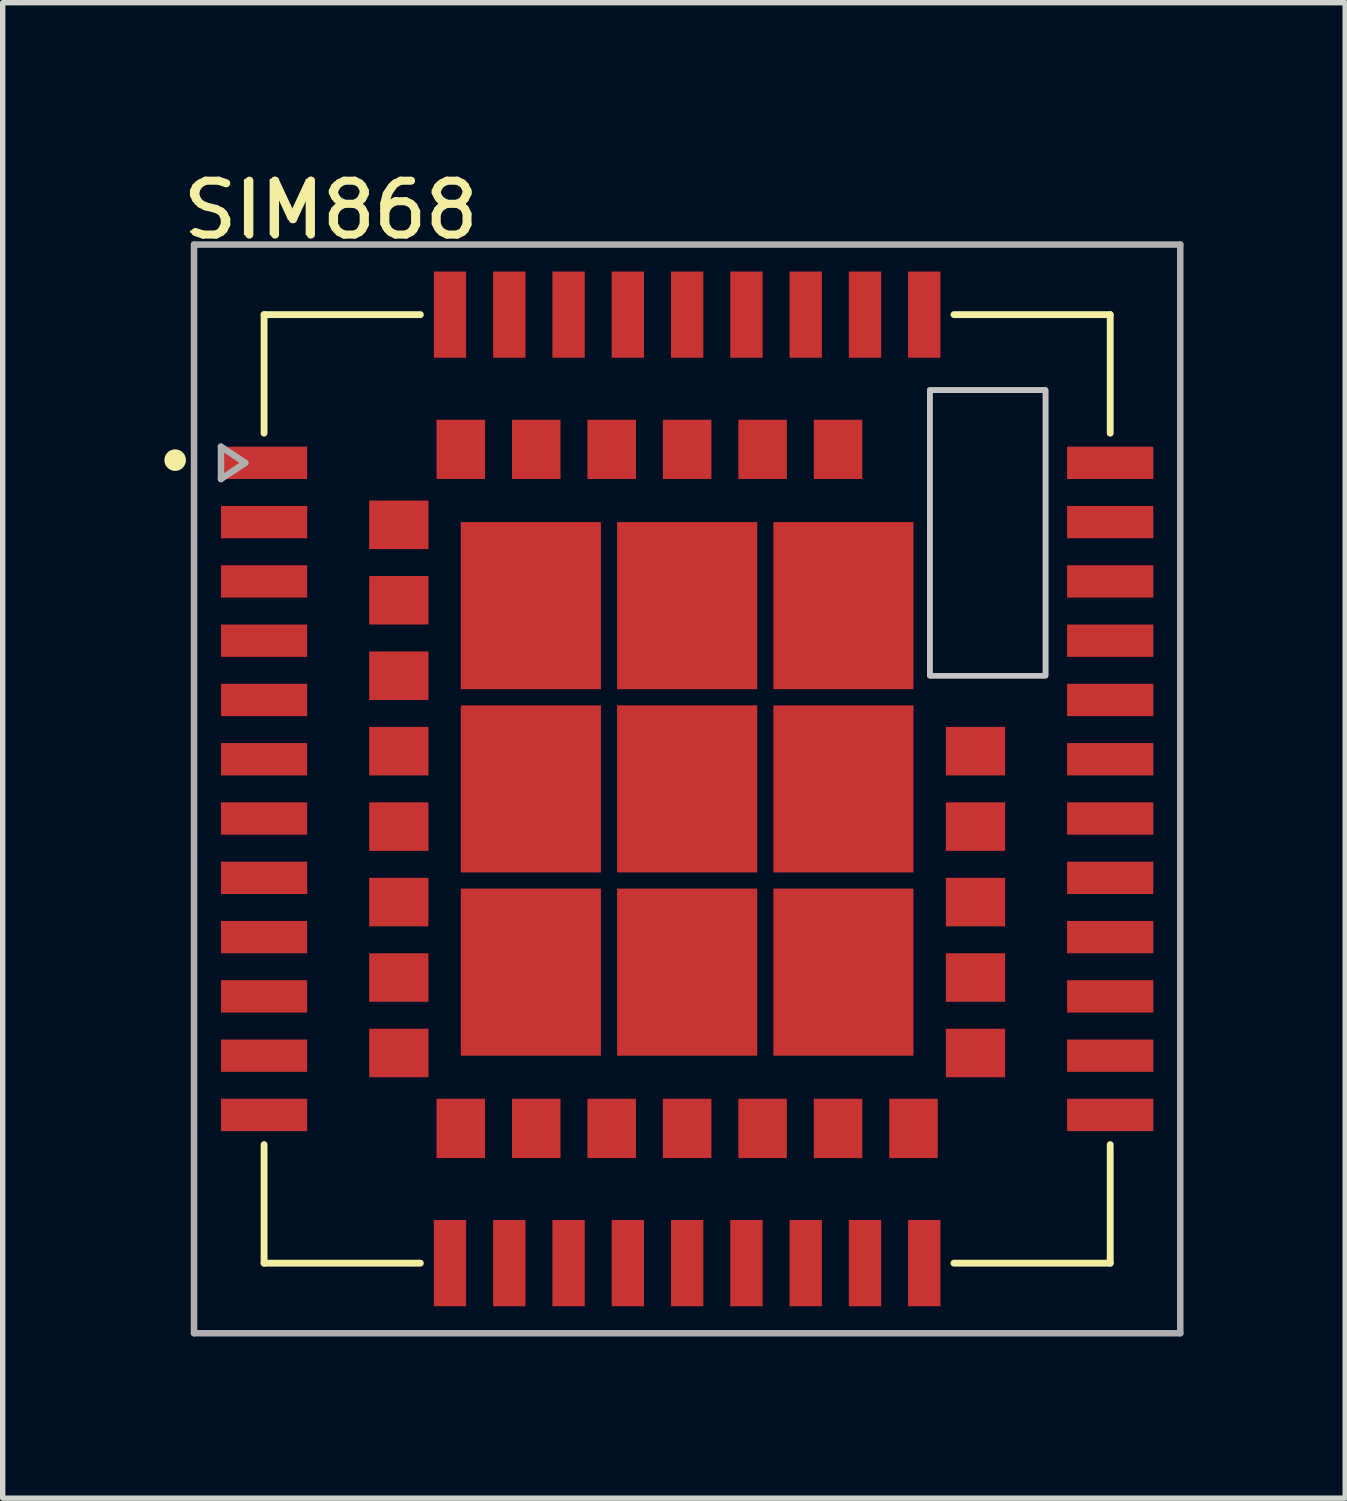
<source format=kicad_pcb>
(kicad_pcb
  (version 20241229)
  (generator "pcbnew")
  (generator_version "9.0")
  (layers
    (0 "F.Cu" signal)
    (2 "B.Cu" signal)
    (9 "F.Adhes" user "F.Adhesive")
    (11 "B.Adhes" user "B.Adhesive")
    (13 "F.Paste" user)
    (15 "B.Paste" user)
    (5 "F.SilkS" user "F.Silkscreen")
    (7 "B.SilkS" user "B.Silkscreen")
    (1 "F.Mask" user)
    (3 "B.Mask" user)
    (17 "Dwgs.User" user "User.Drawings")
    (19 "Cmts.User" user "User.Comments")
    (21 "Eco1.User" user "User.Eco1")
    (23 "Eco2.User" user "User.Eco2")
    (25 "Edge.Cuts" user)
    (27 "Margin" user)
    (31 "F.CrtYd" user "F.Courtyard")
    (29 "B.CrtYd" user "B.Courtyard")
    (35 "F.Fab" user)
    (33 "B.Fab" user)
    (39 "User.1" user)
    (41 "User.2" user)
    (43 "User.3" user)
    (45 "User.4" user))
  (footprint "SIM868"
    (layer "F.Cu")
    (at 9.7 11.588)
    (property "Reference" "SIM868" (at -6.672 -10.754 0) (layer "F.SilkS") (effects (font (size 1.002 1.002) (thickness 0.05))))
    (attr smd)
    (fp_line (start -7.85 -8.8) (end -4.95 -8.8) (stroke (width 0.127) (type solid)) (layer "F.SilkS"))
    (fp_line (start -7.85 -6.6) (end -7.85 -8.8) (stroke (width 0.127) (type solid)) (layer "F.SilkS"))
    (fp_line (start -7.85 6.6) (end -7.85 8.8) (stroke (width 0.127) (type solid)) (layer "F.SilkS"))
    (fp_line (start -7.85 8.8) (end -4.95 8.8) (stroke (width 0.127) (type solid)) (layer "F.SilkS"))
    (fp_line (start 4.95 -8.8) (end 7.85 -8.8) (stroke (width 0.127) (type solid)) (layer "F.SilkS"))
    (fp_line (start 4.95 8.8) (end 7.85 8.8) (stroke (width 0.127) (type solid)) (layer "F.SilkS"))
    (fp_line (start 7.85 -8.8) (end 7.85 -6.6) (stroke (width 0.127) (type solid)) (layer "F.SilkS"))
    (fp_line (start 7.85 8.8) (end 7.85 6.6) (stroke (width 0.127) (type solid)) (layer "F.SilkS"))
    (fp_circle (center -9.5 -6.1) (end -9.4 -6.1) (stroke (width 0.2) (type solid)) (fill no) (layer "F.SilkS"))
    (fp_poly (pts (xy -5.84 5.26) (xy -5.84 4.95) (xy -5.4 4.95) (xy -5.4 5.26)) (stroke (width 0) (type solid)) (fill yes) (layer "F.Paste"))
    (fp_poly (pts (xy -5.835 -0.745) (xy -5.835 -1.056) (xy -5.406 -1.056) (xy -5.406 -0.745)) (stroke (width 0) (type solid)) (fill yes) (layer "F.Paste"))
    (fp_poly (pts (xy -5.834 -0.346) (xy -5.834 -0.654) (xy -5.404 -0.654) (xy -5.404 -0.346)) (stroke (width 0) (type solid)) (fill yes) (layer "F.Paste"))
    (fp_poly (pts (xy -5.834 1.054) (xy -5.834 0.747) (xy -5.403 0.747) (xy -5.403 1.054)) (stroke (width 0) (type solid)) (fill yes) (layer "F.Paste"))
    (fp_poly (pts (xy -5.833 4.853) (xy -5.833 4.55) (xy -5.4 4.55) (xy -5.4 4.853)) (stroke (width 0) (type solid)) (fill yes) (layer "F.Paste"))
    (fp_poly (pts (xy -5.833 2.053) (xy -5.833 1.749) (xy -5.401 1.749) (xy -5.401 2.053)) (stroke (width 0) (type solid)) (fill yes) (layer "F.Paste"))
    (fp_poly (pts (xy -5.832 3.852) (xy -5.832 3.55) (xy -5.4 3.55) (xy -5.4 3.852)) (stroke (width 0) (type solid)) (fill yes) (layer "F.Paste"))
    (fp_poly (pts (xy -5.832 -2.148) (xy -5.832 -2.454) (xy -5.404 -2.454) (xy -5.404 -2.148)) (stroke (width 0) (type solid)) (fill yes) (layer "F.Paste"))
    (fp_poly (pts (xy -5.832 3.452) (xy -5.832 3.15) (xy -5.4 3.15) (xy -5.4 3.452)) (stroke (width 0) (type solid)) (fill yes) (layer "F.Paste"))
    (fp_poly (pts (xy -5.832 -3.148) (xy -5.832 -3.455) (xy -5.405 -3.455) (xy -5.405 -3.148)) (stroke (width 0) (type solid)) (fill yes) (layer "F.Paste"))
    (fp_poly (pts (xy -5.831 2.451) (xy -5.831 2.15) (xy -5.4 2.15) (xy -5.4 2.451)) (stroke (width 0) (type solid)) (fill yes) (layer "F.Paste"))
    (fp_poly (pts (xy -5.831 -4.549) (xy -5.831 -4.855) (xy -5.405 -4.855) (xy -5.405 -4.549)) (stroke (width 0) (type solid)) (fill yes) (layer "F.Paste"))
    (fp_poly (pts (xy -5.831 0.651) (xy -5.831 0.35) (xy -5.4 0.35) (xy -5.4 0.651)) (stroke (width 0) (type solid)) (fill yes) (layer "F.Paste"))
    (fp_poly (pts (xy -5.83 -1.75) (xy -5.83 -2.051) (xy -5.401 -2.051) (xy -5.401 -1.75)) (stroke (width 0) (type solid)) (fill yes) (layer "F.Paste"))
    (fp_poly (pts (xy -5.83 -4.95) (xy -5.83 -5.252) (xy -5.402 -5.252) (xy -5.402 -4.95)) (stroke (width 0) (type solid)) (fill yes) (layer "F.Paste"))
    (fp_poly (pts (xy -5.83 -3.55) (xy -5.83 -3.85) (xy -5.4 -3.85) (xy -5.4 -3.55)) (stroke (width 0) (type solid)) (fill yes) (layer "F.Paste"))
    (fp_poly (pts (xy -5.308 3.458) (xy -5.308 3.148) (xy -4.872 3.148) (xy -4.872 3.458)) (stroke (width 0) (type solid)) (fill yes) (layer "F.Paste"))
    (fp_poly (pts (xy -5.307 2.057) (xy -5.307 1.747) (xy -4.873 1.747) (xy -4.873 2.057)) (stroke (width 0) (type solid)) (fill yes) (layer "F.Paste"))
    (fp_poly (pts (xy -5.307 3.857) (xy -5.307 3.549) (xy -4.871 3.549) (xy -4.871 3.857)) (stroke (width 0) (type solid)) (fill yes) (layer "F.Paste"))
    (fp_poly (pts (xy -5.305 2.455) (xy -5.305 2.148) (xy -4.872 2.148) (xy -4.872 2.455)) (stroke (width 0) (type solid)) (fill yes) (layer "F.Paste"))
    (fp_poly (pts (xy -5.304 -0.746) (xy -5.304 -1.056) (xy -4.876 -1.056) (xy -4.876 -0.746)) (stroke (width 0) (type solid)) (fill yes) (layer "F.Paste"))
    (fp_poly (pts (xy -5.304 5.254) (xy -5.304 4.95) (xy -4.87 4.95) (xy -4.87 5.254)) (stroke (width 0) (type solid)) (fill yes) (layer "F.Paste"))
    (fp_poly (pts (xy -5.304 0.654) (xy -5.304 0.347) (xy -4.873 0.347) (xy -4.873 0.654)) (stroke (width 0) (type solid)) (fill yes) (layer "F.Paste"))
    (fp_poly (pts (xy -5.302 -2.148) (xy -5.302 -2.456) (xy -4.876 -2.456) (xy -4.876 -2.148)) (stroke (width 0) (type solid)) (fill yes) (layer "F.Paste"))
    (fp_poly (pts (xy -5.302 -1.748) (xy -5.302 -2.055) (xy -4.875 -2.055) (xy -4.875 -1.748)) (stroke (width 0) (type solid)) (fill yes) (layer "F.Paste"))
    (fp_poly (pts (xy -5.302 1.052) (xy -5.302 0.749) (xy -4.871 0.749) (xy -4.871 1.052)) (stroke (width 0) (type solid)) (fill yes) (layer "F.Paste"))
    (fp_poly (pts (xy -5.302 -3.548) (xy -5.302 -3.858) (xy -4.878 -3.858) (xy -4.878 -3.548)) (stroke (width 0) (type solid)) (fill yes) (layer "F.Paste"))
    (fp_poly (pts (xy -5.302 -0.348) (xy -5.302 -0.652) (xy -4.872 -0.652) (xy -4.872 -0.348)) (stroke (width 0) (type solid)) (fill yes) (layer "F.Paste"))
    (fp_poly (pts (xy -5.301 4.851) (xy -5.301 4.55) (xy -4.87 4.55) (xy -4.87 4.851)) (stroke (width 0) (type solid)) (fill yes) (layer "F.Paste"))
    (fp_poly (pts (xy -5.301 -4.549) (xy -5.301 -4.86) (xy -4.88 -4.86) (xy -4.88 -4.549)) (stroke (width 0) (type solid)) (fill yes) (layer "F.Paste"))
    (fp_poly (pts (xy -5.3 -3.15) (xy -5.3 -3.451) (xy -4.871 -3.451) (xy -4.871 -3.15)) (stroke (width 0) (type solid)) (fill yes) (layer "F.Paste"))
    (fp_poly (pts (xy -5.3 -4.95) (xy -5.3 -5.251) (xy -4.871 -5.251) (xy -4.871 -4.95)) (stroke (width 0) (type solid)) (fill yes) (layer "F.Paste"))
    (fp_poly (pts (xy -4.557 5.82) (xy -4.25 5.82) (xy -4.25 6.259) (xy -4.557 6.259)) (stroke (width 0) (type solid)) (fill yes) (layer "F.Paste"))
    (fp_poly (pts (xy -4.555 6.35) (xy -4.25 6.35) (xy -4.25 6.787) (xy -4.555 6.787)) (stroke (width 0) (type solid)) (fill yes) (layer "F.Paste"))
    (fp_poly (pts (xy -4.554 -6.25) (xy -4.25 -6.25) (xy -4.25 -5.825) (xy -4.554 -5.825)) (stroke (width 0) (type solid)) (fill yes) (layer "F.Paste"))
    (fp_poly (pts (xy -4.551 -6.78) (xy -4.25 -6.78) (xy -4.25 -6.351) (xy -4.551 -6.351)) (stroke (width 0) (type solid)) (fill yes) (layer "F.Paste"))
    (fp_poly (pts (xy -4.154 -6.78) (xy -3.85 -6.78) (xy -3.85 -6.357) (xy -4.154 -6.357)) (stroke (width 0) (type solid)) (fill yes) (layer "F.Paste"))
    (fp_poly (pts (xy -4.153 5.82) (xy -3.85 5.82) (xy -3.85 6.254) (xy -4.153 6.254)) (stroke (width 0) (type solid)) (fill yes) (layer "F.Paste"))
    (fp_poly (pts (xy -4.151 -6.25) (xy -3.85 -6.25) (xy -3.85 -5.822) (xy -4.151 -5.822)) (stroke (width 0) (type solid)) (fill yes) (layer "F.Paste"))
    (fp_poly (pts (xy -4.151 6.35) (xy -3.85 6.35) (xy -3.85 6.781) (xy -4.151 6.781)) (stroke (width 0) (type solid)) (fill yes) (layer "F.Paste"))
    (fp_poly (pts (xy -3.907 3.7) (xy -3.2 3.7) (xy -3.2 4.658) (xy -3.907 4.658)) (stroke (width 0) (type solid)) (fill yes) (layer "F.Paste"))
    (fp_poly (pts (xy -3.906 -4.65) (xy -3.2 -4.65) (xy -3.2 -3.706) (xy -3.906 -3.706)) (stroke (width 0) (type solid)) (fill yes) (layer "F.Paste"))
    (fp_poly (pts (xy -3.906 0.3) (xy -3.2 0.3) (xy -3.2 1.252) (xy -3.906 1.252)) (stroke (width 0) (type solid)) (fill yes) (layer "F.Paste"))
    (fp_poly (pts (xy -3.905 -3.1) (xy -3.2 -3.1) (xy -3.2 -2.153) (xy -3.905 -2.153)) (stroke (width 0) (type solid)) (fill yes) (layer "F.Paste"))
    (fp_poly (pts (xy -3.905 -1.25) (xy -3.2 -1.25) (xy -3.2 -0.3) (xy -3.905 -0.3)) (stroke (width 0) (type solid)) (fill yes) (layer "F.Paste"))
    (fp_poly (pts (xy -3.902 2.15) (xy -3.2 2.15) (xy -3.2 3.101) (xy -3.902 3.101)) (stroke (width 0) (type solid)) (fill yes) (layer "F.Paste"))
    (fp_poly (pts (xy -3.156 -6.78) (xy -2.85 -6.78) (xy -2.85 -6.361) (xy -3.156 -6.361)) (stroke (width 0) (type solid)) (fill yes) (layer "F.Paste"))
    (fp_poly (pts (xy -3.154 -6.25) (xy -2.85 -6.25) (xy -2.85 -5.828) (xy -3.154 -5.828)) (stroke (width 0) (type solid)) (fill yes) (layer "F.Paste"))
    (fp_poly (pts (xy -3.152 6.35) (xy -2.85 6.35) (xy -2.85 6.785) (xy -3.152 6.785)) (stroke (width 0) (type solid)) (fill yes) (layer "F.Paste"))
    (fp_poly (pts (xy -3.151 5.82) (xy -2.85 5.82) (xy -2.85 6.253) (xy -3.151 6.253)) (stroke (width 0) (type solid)) (fill yes) (layer "F.Paste"))
    (fp_poly (pts (xy -2.754 5.82) (xy -2.45 5.82) (xy -2.45 6.258) (xy -2.754 6.258)) (stroke (width 0) (type solid)) (fill yes) (layer "F.Paste"))
    (fp_poly (pts (xy -2.754 6.35) (xy -2.45 6.35) (xy -2.45 6.789) (xy -2.754 6.789)) (stroke (width 0) (type solid)) (fill yes) (layer "F.Paste"))
    (fp_poly (pts (xy -2.753 -6.25) (xy -2.45 -6.25) (xy -2.45 -5.826) (xy -2.753 -5.826)) (stroke (width 0) (type solid)) (fill yes) (layer "F.Paste"))
    (fp_poly (pts (xy -2.75 -6.78) (xy -2.45 -6.78) (xy -2.45 -6.351) (xy -2.75 -6.351)) (stroke (width 0) (type solid)) (fill yes) (layer "F.Paste"))
    (fp_poly (pts (xy -2.605 -4.65) (xy -1.9 -4.65) (xy -1.9 -3.707) (xy -2.605 -3.707)) (stroke (width 0) (type solid)) (fill yes) (layer "F.Paste"))
    (fp_poly (pts (xy -2.604 0.3) (xy -1.9 0.3) (xy -1.9 1.252) (xy -2.604 1.252)) (stroke (width 0) (type solid)) (fill yes) (layer "F.Paste"))
    (fp_poly (pts (xy -2.603 -3.1) (xy -1.9 -3.1) (xy -1.9 -2.153) (xy -2.603 -2.153)) (stroke (width 0) (type solid)) (fill yes) (layer "F.Paste"))
    (fp_poly (pts (xy -2.602 3.7) (xy -1.9 3.7) (xy -1.9 4.654) (xy -2.602 4.654)) (stroke (width 0) (type solid)) (fill yes) (layer "F.Paste"))
    (fp_poly (pts (xy -2.602 -1.25) (xy -1.9 -1.25) (xy -1.9 -0.3) (xy -2.602 -0.3)) (stroke (width 0) (type solid)) (fill yes) (layer "F.Paste"))
    (fp_poly (pts (xy -2.601 2.15) (xy -1.9 2.15) (xy -1.9 3.101) (xy -2.601 3.101)) (stroke (width 0) (type solid)) (fill yes) (layer "F.Paste"))
    (fp_poly (pts (xy -1.753 5.82) (xy -1.45 5.82) (xy -1.45 6.259) (xy -1.753 6.259)) (stroke (width 0) (type solid)) (fill yes) (layer "F.Paste"))
    (fp_poly (pts (xy -1.752 6.35) (xy -1.45 6.35) (xy -1.45 6.789) (xy -1.752 6.789)) (stroke (width 0) (type solid)) (fill yes) (layer "F.Paste"))
    (fp_poly (pts (xy -1.752 -6.78) (xy -1.45 -6.78) (xy -1.45 -6.357) (xy -1.752 -6.357)) (stroke (width 0) (type solid)) (fill yes) (layer "F.Paste"))
    (fp_poly (pts (xy -1.752 -6.25) (xy -1.45 -6.25) (xy -1.45 -5.826) (xy -1.752 -5.826)) (stroke (width 0) (type solid)) (fill yes) (layer "F.Paste"))
    (fp_poly (pts (xy -1.352 -6.78) (xy -1.05 -6.78) (xy -1.05 -6.357) (xy -1.352 -6.357)) (stroke (width 0) (type solid)) (fill yes) (layer "F.Paste"))
    (fp_poly (pts (xy -1.351 6.35) (xy -1.05 6.35) (xy -1.05 6.783) (xy -1.351 6.783)) (stroke (width 0) (type solid)) (fill yes) (layer "F.Paste"))
    (fp_poly (pts (xy -1.35 5.82) (xy -1.05 5.82) (xy -1.05 6.252) (xy -1.35 6.252)) (stroke (width 0) (type solid)) (fill yes) (layer "F.Paste"))
    (fp_poly (pts (xy -1.35 -6.25) (xy -1.05 -6.25) (xy -1.05 -5.821) (xy -1.35 -5.821)) (stroke (width 0) (type solid)) (fill yes) (layer "F.Paste"))
    (fp_poly (pts (xy -1.002 0.3) (xy -0.3 0.3) (xy -0.3 1.252) (xy -1.002 1.252)) (stroke (width 0) (type solid)) (fill yes) (layer "F.Paste"))
    (fp_poly (pts (xy -1.001 -4.65) (xy -0.3 -4.65) (xy -0.3 -3.705) (xy -1.001 -3.705)) (stroke (width 0) (type solid)) (fill yes) (layer "F.Paste"))
    (fp_poly (pts (xy -1.001 -3.1) (xy -0.3 -3.1) (xy -0.3 -2.153) (xy -1.001 -2.153)) (stroke (width 0) (type solid)) (fill yes) (layer "F.Paste"))
    (fp_poly (pts (xy -1.001 -1.25) (xy -0.3 -1.25) (xy -0.3 -0.3) (xy -1.001 -0.3)) (stroke (width 0) (type solid)) (fill yes) (layer "F.Paste"))
    (fp_poly (pts (xy -1.001 3.7) (xy -0.3 3.7) (xy -0.3 4.653) (xy -1.001 4.653)) (stroke (width 0) (type solid)) (fill yes) (layer "F.Paste"))
    (fp_poly (pts (xy -1 2.15) (xy -0.3 2.15) (xy -0.3 3.101) (xy -1 3.101)) (stroke (width 0) (type solid)) (fill yes) (layer "F.Paste"))
    (fp_poly (pts (xy -0.351 6.35) (xy -0.05 6.35) (xy -0.05 6.793) (xy -0.351 6.793)) (stroke (width 0) (type solid)) (fill yes) (layer "F.Paste"))
    (fp_poly (pts (xy -0.351 5.82) (xy -0.05 5.82) (xy -0.05 6.261) (xy -0.351 6.261)) (stroke (width 0) (type solid)) (fill yes) (layer "F.Paste"))
    (fp_poly (pts (xy -0.35 -6.78) (xy -0.05 -6.78) (xy -0.05 -6.357) (xy -0.35 -6.357)) (stroke (width 0) (type solid)) (fill yes) (layer "F.Paste"))
    (fp_poly (pts (xy -0.35 -6.25) (xy -0.05 -6.25) (xy -0.05 -5.821) (xy -0.35 -5.821)) (stroke (width 0) (type solid)) (fill yes) (layer "F.Paste"))
    (fp_poly (pts (xy 0.05 6.35) (xy 0.35 6.35) (xy 0.35 6.791) (xy 0.05 6.791)) (stroke (width 0) (type solid)) (fill yes) (layer "F.Paste"))
    (fp_poly (pts (xy 0.05 5.82) (xy 0.35 5.82) (xy 0.35 6.26) (xy 0.05 6.26)) (stroke (width 0) (type solid)) (fill yes) (layer "F.Paste"))
    (fp_poly (pts (xy 0.05 -6.25) (xy 0.35 -6.25) (xy 0.35 -5.83) (xy 0.05 -5.83)) (stroke (width 0) (type solid)) (fill yes) (layer "F.Paste"))
    (fp_poly (pts (xy 0.05 -6.78) (xy 0.35 -6.78) (xy 0.35 -6.362) (xy 0.05 -6.362)) (stroke (width 0) (type solid)) (fill yes) (layer "F.Paste"))
    (fp_poly (pts (xy 0.3 -1.25) (xy 1 -1.25) (xy 1 -0.3) (xy 0.3 -0.3)) (stroke (width 0) (type solid)) (fill yes) (layer "F.Paste"))
    (fp_poly (pts (xy 0.3 -4.65) (xy 1 -4.65) (xy 1 -3.704) (xy 0.3 -3.704)) (stroke (width 0) (type solid)) (fill yes) (layer "F.Paste"))
    (fp_poly (pts (xy 0.3 -3.1) (xy 1 -3.1) (xy 1 -2.153) (xy 0.3 -2.153)) (stroke (width 0) (type solid)) (fill yes) (layer "F.Paste"))
    (fp_poly (pts (xy 0.3 2.15) (xy 1 2.15) (xy 1 3.105) (xy 0.3 3.105)) (stroke (width 0) (type solid)) (fill yes) (layer "F.Paste"))
    (fp_poly (pts (xy 0.3 0.3) (xy 1 0.3) (xy 1 1.252) (xy 0.3 1.252)) (stroke (width 0) (type solid)) (fill yes) (layer "F.Paste"))
    (fp_poly (pts (xy 0.301 3.7) (xy 1 3.7) (xy 1 4.659) (xy 0.301 4.659)) (stroke (width 0) (type solid)) (fill yes) (layer "F.Paste"))
    (fp_poly (pts (xy 1.05 -6.25) (xy 1.35 -6.25) (xy 1.35 -5.821) (xy 1.05 -5.821)) (stroke (width 0) (type solid)) (fill yes) (layer "F.Paste"))
    (fp_poly (pts (xy 1.051 6.35) (xy 1.35 6.35) (xy 1.35 6.786) (xy 1.051 6.786)) (stroke (width 0) (type solid)) (fill yes) (layer "F.Paste"))
    (fp_poly (pts (xy 1.051 -6.78) (xy 1.35 -6.78) (xy 1.35 -6.359) (xy 1.051 -6.359)) (stroke (width 0) (type solid)) (fill yes) (layer "F.Paste"))
    (fp_poly (pts (xy 1.052 5.82) (xy 1.35 5.82) (xy 1.35 6.262) (xy 1.052 6.262)) (stroke (width 0) (type solid)) (fill yes) (layer "F.Paste"))
    (fp_poly (pts (xy 1.452 5.82) (xy 1.75 5.82) (xy 1.75 6.257) (xy 1.452 6.257)) (stroke (width 0) (type solid)) (fill yes) (layer "F.Paste"))
    (fp_poly (pts (xy 1.452 6.35) (xy 1.75 6.35) (xy 1.75 6.79) (xy 1.452 6.79)) (stroke (width 0) (type solid)) (fill yes) (layer "F.Paste"))
    (fp_poly (pts (xy 1.453 -6.25) (xy 1.75 -6.25) (xy 1.75 -5.83) (xy 1.453 -5.83)) (stroke (width 0) (type solid)) (fill yes) (layer "F.Paste"))
    (fp_poly (pts (xy 1.453 -6.78) (xy 1.75 -6.78) (xy 1.75 -6.362) (xy 1.453 -6.362)) (stroke (width 0) (type solid)) (fill yes) (layer "F.Paste"))
    (fp_poly (pts (xy 1.901 0.3) (xy 2.6 0.3) (xy 2.6 1.25) (xy 1.901 1.25)) (stroke (width 0) (type solid)) (fill yes) (layer "F.Paste"))
    (fp_poly (pts (xy 1.901 2.15) (xy 2.6 2.15) (xy 2.6 3.102) (xy 1.901 3.102)) (stroke (width 0) (type solid)) (fill yes) (layer "F.Paste"))
    (fp_poly (pts (xy 1.901 -4.65) (xy 2.6 -4.65) (xy 2.6 -3.702) (xy 1.901 -3.702)) (stroke (width 0) (type solid)) (fill yes) (layer "F.Paste"))
    (fp_poly (pts (xy 1.901 -1.25) (xy 2.6 -1.25) (xy 2.6 -0.3) (xy 1.901 -0.3)) (stroke (width 0) (type solid)) (fill yes) (layer "F.Paste"))
    (fp_poly (pts (xy 1.901 3.7) (xy 2.6 3.7) (xy 2.6 4.653) (xy 1.901 4.653)) (stroke (width 0) (type solid)) (fill yes) (layer "F.Paste"))
    (fp_poly (pts (xy 1.903 -3.1) (xy 2.6 -3.1) (xy 2.6 -2.154) (xy 1.903 -2.154)) (stroke (width 0) (type solid)) (fill yes) (layer "F.Paste"))
    (fp_poly (pts (xy 2.451 -6.78) (xy 2.75 -6.78) (xy 2.75 -6.353) (xy 2.451 -6.353)) (stroke (width 0) (type solid)) (fill yes) (layer "F.Paste"))
    (fp_poly (pts (xy 2.452 -6.25) (xy 2.75 -6.25) (xy 2.75 -5.824) (xy 2.452 -5.824)) (stroke (width 0) (type solid)) (fill yes) (layer "F.Paste"))
    (fp_poly (pts (xy 2.452 5.82) (xy 2.75 5.82) (xy 2.75 6.255) (xy 2.452 6.255)) (stroke (width 0) (type solid)) (fill yes) (layer "F.Paste"))
    (fp_poly (pts (xy 2.452 6.35) (xy 2.75 6.35) (xy 2.75 6.786) (xy 2.452 6.786)) (stroke (width 0) (type solid)) (fill yes) (layer "F.Paste"))
    (fp_poly (pts (xy 2.851 5.82) (xy 3.15 5.82) (xy 3.15 6.252) (xy 2.851 6.252)) (stroke (width 0) (type solid)) (fill yes) (layer "F.Paste"))
    (fp_poly (pts (xy 2.853 6.35) (xy 3.15 6.35) (xy 3.15 6.788) (xy 2.853 6.788)) (stroke (width 0) (type solid)) (fill yes) (layer "F.Paste"))
    (fp_poly (pts (xy 2.854 -6.25) (xy 3.15 -6.25) (xy 3.15 -5.828) (xy 2.854 -5.828)) (stroke (width 0) (type solid)) (fill yes) (layer "F.Paste"))
    (fp_poly (pts (xy 2.855 -6.78) (xy 3.15 -6.78) (xy 3.15 -6.36) (xy 2.855 -6.36)) (stroke (width 0) (type solid)) (fill yes) (layer "F.Paste"))
    (fp_poly (pts (xy 3.2 0.3) (xy 3.9 0.3) (xy 3.9 1.25) (xy 3.2 1.25)) (stroke (width 0) (type solid)) (fill yes) (layer "F.Paste"))
    (fp_poly (pts (xy 3.201 3.7) (xy 3.9 3.7) (xy 3.9 4.652) (xy 3.201 4.652)) (stroke (width 0) (type solid)) (fill yes) (layer "F.Paste"))
    (fp_poly (pts (xy 3.204 -3.1) (xy 3.9 -3.1) (xy 3.9 -2.153) (xy 3.204 -2.153)) (stroke (width 0) (type solid)) (fill yes) (layer "F.Paste"))
    (fp_poly (pts (xy 3.205 -1.25) (xy 3.9 -1.25) (xy 3.9 -0.3) (xy 3.205 -0.3)) (stroke (width 0) (type solid)) (fill yes) (layer "F.Paste"))
    (fp_poly (pts (xy 3.206 -4.65) (xy 3.9 -4.65) (xy 3.9 -3.707) (xy 3.206 -3.707)) (stroke (width 0) (type solid)) (fill yes) (layer "F.Paste"))
    (fp_poly (pts (xy 3.206 2.15) (xy 3.9 2.15) (xy 3.9 3.106) (xy 3.206 3.106)) (stroke (width 0) (type solid)) (fill yes) (layer "F.Paste"))
    (fp_poly (pts (xy 3.855 6.35) (xy 4.15 6.35) (xy 4.15 6.788) (xy 3.855 6.788)) (stroke (width 0) (type solid)) (fill yes) (layer "F.Paste"))
    (fp_poly (pts (xy 3.856 5.82) (xy 4.15 5.82) (xy 4.15 6.259) (xy 3.856 6.259)) (stroke (width 0) (type solid)) (fill yes) (layer "F.Paste"))
    (fp_poly (pts (xy 4.25 6.35) (xy 4.55 6.35) (xy 4.55 6.78) (xy 4.25 6.78)) (stroke (width 0) (type solid)) (fill yes) (layer "F.Paste"))
    (fp_poly (pts (xy 4.253 5.82) (xy 4.55 5.82) (xy 4.55 6.254) (xy 4.253 6.254)) (stroke (width 0) (type solid)) (fill yes) (layer "F.Paste"))
    (fp_poly (pts (xy 4.87 5.25) (xy 4.87 4.952) (xy 5.302 4.952) (xy 5.302 5.25)) (stroke (width 0) (type solid)) (fill yes) (layer "F.Paste"))
    (fp_poly (pts (xy 4.87 3.85) (xy 4.87 3.55) (xy 5.3 3.55) (xy 5.3 3.85)) (stroke (width 0) (type solid)) (fill yes) (layer "F.Paste"))
    (fp_poly (pts (xy 4.87 4.85) (xy 4.87 4.557) (xy 5.307 4.557) (xy 5.307 4.85)) (stroke (width 0) (type solid)) (fill yes) (layer "F.Paste"))
    (fp_poly (pts (xy 4.87 3.45) (xy 4.87 3.153) (xy 5.303 3.153) (xy 5.303 3.45)) (stroke (width 0) (type solid)) (fill yes) (layer "F.Paste"))
    (fp_poly (pts (xy 4.871 -0.751) (xy 4.871 -1.049) (xy 5.301 -1.049) (xy 5.301 -0.751)) (stroke (width 0) (type solid)) (fill yes) (layer "F.Paste"))
    (fp_poly (pts (xy 4.871 1.049) (xy 4.871 0.752) (xy 5.302 0.752) (xy 5.302 1.049)) (stroke (width 0) (type solid)) (fill yes) (layer "F.Paste"))
    (fp_poly (pts (xy 4.872 2.448) (xy 4.872 2.155) (xy 5.305 2.155) (xy 5.305 2.448)) (stroke (width 0) (type solid)) (fill yes) (layer "F.Paste"))
    (fp_poly (pts (xy 4.872 2.048) (xy 4.872 1.755) (xy 5.305 1.755) (xy 5.305 2.048)) (stroke (width 0) (type solid)) (fill yes) (layer "F.Paste"))
    (fp_poly (pts (xy 4.872 -0.352) (xy 4.872 -0.648) (xy 5.302 -0.648) (xy 5.302 -0.352)) (stroke (width 0) (type solid)) (fill yes) (layer "F.Paste"))
    (fp_poly (pts (xy 4.873 0.647) (xy 4.873 0.354) (xy 5.304 0.354) (xy 5.304 0.647)) (stroke (width 0) (type solid)) (fill yes) (layer "F.Paste"))
    (fp_poly (pts (xy 5.4 5.25) (xy 5.4 4.956) (xy 5.836 4.956) (xy 5.836 5.25)) (stroke (width 0) (type solid)) (fill yes) (layer "F.Paste"))
    (fp_poly (pts (xy 5.4 3.85) (xy 5.4 3.552) (xy 5.832 3.552) (xy 5.832 3.85)) (stroke (width 0) (type solid)) (fill yes) (layer "F.Paste"))
    (fp_poly (pts (xy 5.4 4.85) (xy 5.4 4.558) (xy 5.838 4.558) (xy 5.838 4.85)) (stroke (width 0) (type solid)) (fill yes) (layer "F.Paste"))
    (fp_poly (pts (xy 5.401 2.049) (xy 5.401 1.751) (xy 5.831 1.751) (xy 5.831 2.049)) (stroke (width 0) (type solid)) (fill yes) (layer "F.Paste"))
    (fp_poly (pts (xy 5.401 2.449) (xy 5.401 2.153) (xy 5.833 2.153) (xy 5.833 2.449)) (stroke (width 0) (type solid)) (fill yes) (layer "F.Paste"))
    (fp_poly (pts (xy 5.402 3.448) (xy 5.402 3.159) (xy 5.839 3.159) (xy 5.839 3.448)) (stroke (width 0) (type solid)) (fill yes) (layer "F.Paste"))
    (fp_poly (pts (xy 5.404 1.046) (xy 5.404 0.755) (xy 5.835 0.755) (xy 5.835 1.046)) (stroke (width 0) (type solid)) (fill yes) (layer "F.Paste"))
    (fp_poly (pts (xy 5.404 -0.354) (xy 5.404 -0.646) (xy 5.834 -0.646) (xy 5.834 -0.354)) (stroke (width 0) (type solid)) (fill yes) (layer "F.Paste"))
    (fp_poly (pts (xy 5.404 0.646) (xy 5.404 0.356) (xy 5.836 0.356) (xy 5.836 0.646)) (stroke (width 0) (type solid)) (fill yes) (layer "F.Paste"))
    (fp_poly (pts (xy 5.406 -0.756) (xy 5.406 -1.045) (xy 5.835 -1.045) (xy 5.835 -0.756)) (stroke (width 0) (type solid)) (fill yes) (layer "F.Paste"))
    (fp_poly (pts (xy 4.501 -7.4) (xy 6.65 -7.4) (xy 6.65 -2.101) (xy 4.501 -2.101)) (stroke (width 0.1) (type solid)) (fill no) (layer "Dwgs.User"))
    (fp_poly (pts (xy 4.502 -7.4) (xy 6.65 -7.4) (xy 6.65 -2.101) (xy 4.502 -2.101)) (stroke (width 0.1) (type solid)) (fill no) (layer "Dwgs.User"))
    (fp_poly (pts (xy 4.503 -7.4) (xy 6.65 -7.4) (xy 6.65 -2.101) (xy 4.503 -2.101)) (stroke (width 0.1) (type solid)) (fill no) (layer "Dwgs.User"))
    (fp_line (start -9.15 -10.1) (end 9.15 -10.1) (stroke (width 0.05) (type solid)) (layer "Eco1.User"))
    (fp_line (start -9.15 10.1) (end -9.15 -10.1) (stroke (width 0.05) (type solid)) (layer "Eco1.User"))
    (fp_line (start 9.15 -10.1) (end 9.15 10.1) (stroke (width 0.05) (type solid)) (layer "Eco1.User"))
    (fp_line (start 9.15 10.1) (end -9.15 10.1) (stroke (width 0.05) (type solid)) (layer "Eco1.User"))
    (fp_line (start -7.85 -8.8) (end 7.85 -8.8) (stroke (width 0.127) (type solid)) (layer "Eco2.User"))
    (fp_line (start -7.85 8.8) (end -7.85 -8.8) (stroke (width 0.127) (type solid)) (layer "Eco2.User"))
    (fp_line (start 7.85 -8.8) (end 7.85 8.8) (stroke (width 0.127) (type solid)) (layer "Eco2.User"))
    (fp_line (start 7.85 8.8) (end -7.85 8.8) (stroke (width 0.127) (type solid)) (layer "Eco2.User"))
    (fp_line (start -9.15 -10.1) (end -9.15 10.1) (stroke (width 0.12) (type solid)) (layer "F.Fab"))
    (fp_line (start -9.15 10.1) (end 9.15 10.1) (stroke (width 0.12) (type solid)) (layer "F.Fab"))
    (fp_line (start -8.65 -6.35) (end -8.2 -6.05) (stroke (width 0.12) (type solid)) (layer "F.Fab"))
    (fp_line (start -8.65 -5.75) (end -8.65 -6.35) (stroke (width 0.12) (type solid)) (layer "F.Fab"))
    (fp_line (start -8.2 -6.05) (end -8.65 -5.75) (stroke (width 0.12) (type solid)) (layer "F.Fab"))
    (fp_line (start 9.15 -10.1) (end -9.15 -10.1) (stroke (width 0.12) (type solid)) (layer "F.Fab"))
    (fp_line (start 9.15 10.1) (end 9.15 -10.1) (stroke (width 0.12) (type solid)) (layer "F.Fab"))
    (fp_text user "${REFERENCE}" (at -6.6 -10.74 0) (layer "F.SilkS") (effects (font (size 1 1) (thickness 0.15))))
    (pad "1" smd rect (at -7.85 -6.05) (size 1.6 0.6) (layers "F.Cu" "F.Mask" "F.Paste"))
    (pad "2" smd rect (at -7.85 -4.95) (size 1.6 0.6) (layers "F.Cu" "F.Mask" "F.Paste"))
    (pad "3" smd rect (at -7.85 -3.85) (size 1.6 0.6) (layers "F.Cu" "F.Mask" "F.Paste"))
    (pad "4" smd rect (at -7.85 -2.75) (size 1.6 0.6) (layers "F.Cu" "F.Mask" "F.Paste"))
    (pad "5" smd rect (at -7.85 -1.65) (size 1.6 0.6) (layers "F.Cu" "F.Mask" "F.Paste"))
    (pad "6" smd rect (at -7.85 -0.55) (size 1.6 0.6) (layers "F.Cu" "F.Mask" "F.Paste"))
    (pad "7" smd rect (at -7.85 0.55) (size 1.6 0.6) (layers "F.Cu" "F.Mask" "F.Paste"))
    (pad "8" smd rect (at -7.85 1.65) (size 1.6 0.6) (layers "F.Cu" "F.Mask" "F.Paste"))
    (pad "9" smd rect (at -7.85 2.75) (size 1.6 0.6) (layers "F.Cu" "F.Mask" "F.Paste"))
    (pad "10" smd rect (at -7.85 3.85) (size 1.6 0.6) (layers "F.Cu" "F.Mask" "F.Paste"))
    (pad "11" smd rect (at -7.85 4.95) (size 1.6 0.6) (layers "F.Cu" "F.Mask" "F.Paste"))
    (pad "12" smd rect (at -7.85 6.05) (size 1.6 0.6) (layers "F.Cu" "F.Mask" "F.Paste"))
    (pad "13" smd rect (at -4.4 8.8 90) (size 1.6 0.6) (layers "F.Cu" "F.Mask" "F.Paste"))
    (pad "14" smd rect (at -3.3 8.8 90) (size 1.6 0.6) (layers "F.Cu" "F.Mask" "F.Paste"))
    (pad "15" smd rect (at -2.2 8.8 90) (size 1.6 0.6) (layers "F.Cu" "F.Mask" "F.Paste"))
    (pad "16" smd rect (at -1.1 8.8 90) (size 1.6 0.6) (layers "F.Cu" "F.Mask" "F.Paste"))
    (pad "17" smd rect (at 0 8.8 90) (size 1.6 0.6) (layers "F.Cu" "F.Mask" "F.Paste"))
    (pad "18" smd rect (at 1.1 8.8 90) (size 1.6 0.6) (layers "F.Cu" "F.Mask" "F.Paste"))
    (pad "19" smd rect (at 2.2 8.8 90) (size 1.6 0.6) (layers "F.Cu" "F.Mask" "F.Paste"))
    (pad "20" smd rect (at 3.3 8.8 90) (size 1.6 0.6) (layers "F.Cu" "F.Mask" "F.Paste"))
    (pad "21" smd rect (at 4.4 8.8 90) (size 1.6 0.6) (layers "F.Cu" "F.Mask" "F.Paste"))
    (pad "22" smd rect (at 7.85 6.05 180) (size 1.6 0.6) (layers "F.Cu" "F.Mask" "F.Paste"))
    (pad "23" smd rect (at 7.85 4.95 180) (size 1.6 0.6) (layers "F.Cu" "F.Mask" "F.Paste"))
    (pad "24" smd rect (at 7.85 3.85 180) (size 1.6 0.6) (layers "F.Cu" "F.Mask" "F.Paste"))
    (pad "25" smd rect (at 7.85 2.75 180) (size 1.6 0.6) (layers "F.Cu" "F.Mask" "F.Paste"))
    (pad "26" smd rect (at 7.85 1.65 180) (size 1.6 0.6) (layers "F.Cu" "F.Mask" "F.Paste"))
    (pad "27" smd rect (at 7.85 0.55 180) (size 1.6 0.6) (layers "F.Cu" "F.Mask" "F.Paste"))
    (pad "28" smd rect (at 7.85 -0.55 180) (size 1.6 0.6) (layers "F.Cu" "F.Mask" "F.Paste"))
    (pad "29" smd rect (at 7.85 -1.65 180) (size 1.6 0.6) (layers "F.Cu" "F.Mask" "F.Paste"))
    (pad "30" smd rect (at 7.85 -2.75 180) (size 1.6 0.6) (layers "F.Cu" "F.Mask" "F.Paste"))
    (pad "31" smd rect (at 7.85 -3.85 180) (size 1.6 0.6) (layers "F.Cu" "F.Mask" "F.Paste"))
    (pad "32" smd rect (at 7.85 -4.95 180) (size 1.6 0.6) (layers "F.Cu" "F.Mask" "F.Paste"))
    (pad "33" smd rect (at 7.85 -6.05 180) (size 1.6 0.6) (layers "F.Cu" "F.Mask" "F.Paste"))
    (pad "34" smd rect (at 4.4 -8.8 270) (size 1.6 0.6) (layers "F.Cu" "F.Mask" "F.Paste"))
    (pad "35" smd rect (at 3.3 -8.8 270) (size 1.6 0.6) (layers "F.Cu" "F.Mask" "F.Paste"))
    (pad "36" smd rect (at 2.2 -8.8 270) (size 1.6 0.6) (layers "F.Cu" "F.Mask" "F.Paste"))
    (pad "37" smd rect (at 1.1 -8.8 270) (size 1.6 0.6) (layers "F.Cu" "F.Mask" "F.Paste"))
    (pad "38" smd rect (at 0 -8.8 270) (size 1.6 0.6) (layers "F.Cu" "F.Mask" "F.Paste"))
    (pad "39" smd rect (at -1.1 -8.8 270) (size 1.6 0.6) (layers "F.Cu" "F.Mask" "F.Paste"))
    (pad "40" smd rect (at -2.2 -8.8 270) (size 1.6 0.6) (layers "F.Cu" "F.Mask" "F.Paste"))
    (pad "41" smd rect (at -3.3 -8.8 270) (size 1.6 0.6) (layers "F.Cu" "F.Mask" "F.Paste"))
    (pad "42" smd rect (at -4.4 -8.8 270) (size 1.6 0.6) (layers "F.Cu" "F.Mask" "F.Paste"))
    (pad "43" smd rect (at -5.35 -4.9) (size 1.1 0.9) (layers "F.Cu" "F.Mask" "F.Paste"))
    (pad "44" smd rect (at -5.35 -3.5) (size 1.1 0.9) (layers "F.Cu" "F.Mask" "F.Paste"))
    (pad "45" smd rect (at -5.35 -2.1) (size 1.1 0.9) (layers "F.Cu" "F.Mask" "F.Paste"))
    (pad "46" smd rect (at -5.35 -0.7) (size 1.1 0.9) (layers "F.Cu" "F.Mask" "F.Paste"))
    (pad "47" smd rect (at -5.35 0.7) (size 1.1 0.9) (layers "F.Cu" "F.Mask" "F.Paste"))
    (pad "48" smd rect (at -5.35 2.1) (size 1.1 0.9) (layers "F.Cu" "F.Mask" "F.Paste"))
    (pad "49" smd rect (at -5.35 3.5) (size 1.1 0.9) (layers "F.Cu" "F.Mask" "F.Paste"))
    (pad "50" smd rect (at -5.35 4.9) (size 1.1 0.9) (layers "F.Cu" "F.Mask" "F.Paste"))
    (pad "51" smd rect (at -4.2 6.3 90) (size 1.1 0.9) (layers "F.Cu" "F.Mask" "F.Paste"))
    (pad "52" smd rect (at -2.8 6.3 90) (size 1.1 0.9) (layers "F.Cu" "F.Mask" "F.Paste"))
    (pad "53" smd rect (at -1.4 6.3 90) (size 1.1 0.9) (layers "F.Cu" "F.Mask" "F.Paste"))
    (pad "54" smd rect (at 0 6.3 90) (size 1.1 0.9) (layers "F.Cu" "F.Mask" "F.Paste"))
    (pad "55" smd rect (at 1.4 6.3 90) (size 1.1 0.9) (layers "F.Cu" "F.Mask" "F.Paste"))
    (pad "56" smd rect (at 2.8 6.3 90) (size 1.1 0.9) (layers "F.Cu" "F.Mask" "F.Paste"))
    (pad "57" smd rect (at 4.2 6.3 90) (size 1.1 0.9) (layers "F.Cu" "F.Mask" "F.Paste"))
    (pad "58" smd rect (at 5.35 4.9 180) (size 1.1 0.9) (layers "F.Cu" "F.Mask" "F.Paste"))
    (pad "59" smd rect (at 5.35 3.5 180) (size 1.1 0.9) (layers "F.Cu" "F.Mask" "F.Paste"))
    (pad "60" smd rect (at 5.35 2.1 180) (size 1.1 0.9) (layers "F.Cu" "F.Mask" "F.Paste"))
    (pad "61" smd rect (at 5.35 0.7 180) (size 1.1 0.9) (layers "F.Cu" "F.Mask" "F.Paste"))
    (pad "62" smd rect (at 5.35 -0.7 180) (size 1.1 0.9) (layers "F.Cu" "F.Mask" "F.Paste"))
    (pad "63" smd rect (at 2.8 -6.3 270) (size 1.1 0.9) (layers "F.Cu" "F.Mask" "F.Paste"))
    (pad "64" smd rect (at 1.4 -6.3 270) (size 1.1 0.9) (layers "F.Cu" "F.Mask" "F.Paste"))
    (pad "65" smd rect (at 0 -6.3 270) (size 1.1 0.9) (layers "F.Cu" "F.Mask" "F.Paste"))
    (pad "66" smd rect (at -1.4 -6.3 270) (size 1.1 0.9) (layers "F.Cu" "F.Mask" "F.Paste"))
    (pad "67" smd rect (at -2.8 -6.3 270) (size 1.1 0.9) (layers "F.Cu" "F.Mask" "F.Paste"))
    (pad "68" smd rect (at -4.2 -6.3 270) (size 1.1 0.9) (layers "F.Cu" "F.Mask" "F.Paste"))
    (pad "69" smd rect (at -2.9 -3.4) (size 2.6 3.1) (layers "F.Cu" "F.Mask" "F.Paste"))
    (pad "70" smd rect (at -2.9 0) (size 2.6 3.1) (layers "F.Cu" "F.Mask" "F.Paste"))
    (pad "71" smd rect (at -2.9 3.4) (size 2.6 3.1) (layers "F.Cu" "F.Mask" "F.Paste"))
    (pad "72" smd rect (at 0 3.4) (size 2.6 3.1) (layers "F.Cu" "F.Mask" "F.Paste"))
    (pad "73" smd rect (at 2.9 3.4) (size 2.6 3.1) (layers "F.Cu" "F.Mask" "F.Paste"))
    (pad "74" smd rect (at 2.9 0) (size 2.6 3.1) (layers "F.Cu" "F.Mask" "F.Paste"))
    (pad "75" smd rect (at 2.9 -3.4) (size 2.6 3.1) (layers "F.Cu" "F.Mask" "F.Paste"))
    (pad "76" smd rect (at 0 -3.4) (size 2.6 3.1) (layers "F.Cu" "F.Mask" "F.Paste"))
    (pad "77" smd rect (at 0 0) (size 2.6 3.1) (layers "F.Cu" "F.Mask" "F.Paste")))
  (gr_rect
    (start -3 -3)
    (end 21.91 24.748)
    (stroke (width 0.1) (type default))
    (fill no)
    (layer "Edge.Cuts")))
</source>
